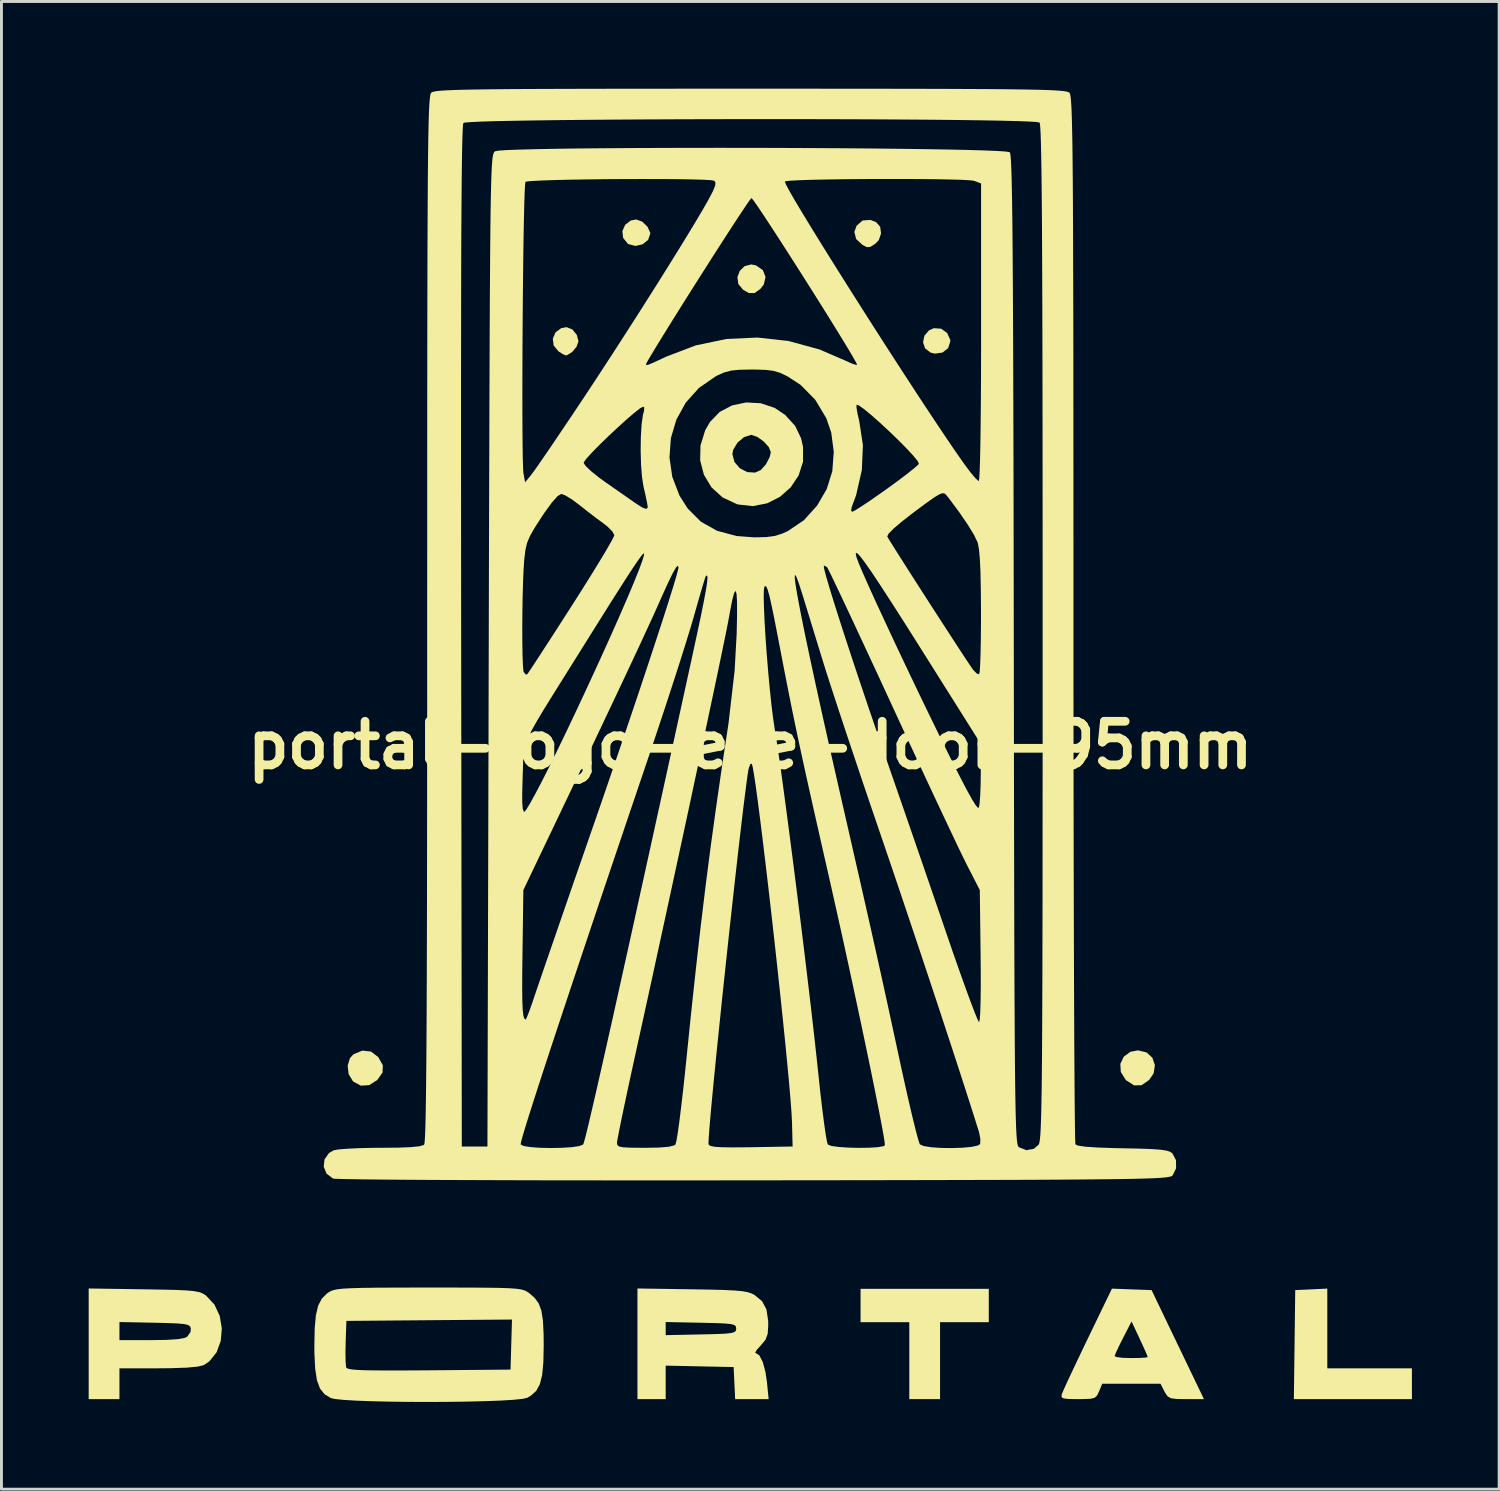
<source format=kicad_pcb>
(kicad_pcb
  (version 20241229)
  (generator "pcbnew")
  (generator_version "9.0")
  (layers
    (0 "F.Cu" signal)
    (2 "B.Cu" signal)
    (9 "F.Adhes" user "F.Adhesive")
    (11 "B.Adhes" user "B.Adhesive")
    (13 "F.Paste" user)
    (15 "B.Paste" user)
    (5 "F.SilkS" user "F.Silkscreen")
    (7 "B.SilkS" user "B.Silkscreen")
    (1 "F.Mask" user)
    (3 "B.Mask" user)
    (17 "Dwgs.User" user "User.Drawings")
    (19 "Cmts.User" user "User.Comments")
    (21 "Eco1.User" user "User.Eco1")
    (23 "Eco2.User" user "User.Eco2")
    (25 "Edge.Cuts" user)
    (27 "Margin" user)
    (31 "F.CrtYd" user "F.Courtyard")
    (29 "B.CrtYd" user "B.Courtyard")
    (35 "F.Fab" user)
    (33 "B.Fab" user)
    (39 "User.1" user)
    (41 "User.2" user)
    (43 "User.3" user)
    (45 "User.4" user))
  (footprint "portal-logo-eye-door-95mm"
    (layer "F.Cu")
    (at 22.754 22.578)
    (property "Reference" "portal-logo-eye-door-95mm" (at 0 0 0) (layer "F.SilkS") (effects (font (size 1.5 1.5) (thickness 0.3))))
    (attr board_only exclude_from_pos_files exclude_from_bom)
    (fp_poly (pts (xy 19.844 20.06) (xy 19.844 21.431) (xy 21.299 21.431) (xy 22.754 21.431) (xy 22.754 21.96) (xy 22.754 22.49) (xy 20.724 22.49) (xy 18.694 22.49) (xy 18.718 20.615) (xy 18.741 18.741) (xy 19.293 18.715) (xy 19.844 18.689)) (stroke (width 0) (type solid)) (fill yes) (layer "F.SilkS"))
    (fp_poly (pts (xy 0.197 -16.501) (xy 0.433 -16.336) (xy 0.525 -16.103) (xy 0.464 -15.844) (xy 0.353 -15.699) (xy 0.149 -15.549) (xy -0.049 -15.55) (xy -0.245 -15.66) (xy -0.411 -15.859) (xy -0.443 -16.092) (xy -0.363 -16.311) (xy -0.197 -16.474) (xy 0.033 -16.534)) (stroke (width 0) (type solid)) (fill yes) (layer "F.SilkS"))
    (fp_poly (pts (xy 6.562 -14.324) (xy 6.769 -14.177) (xy 6.875 -13.946) (xy 6.879 -13.888) (xy 6.804 -13.654) (xy 6.61 -13.504) (xy 6.349 -13.466) (xy 6.203 -13.5) (xy 6.011 -13.646) (xy 5.941 -13.858) (xy 5.988 -14.082) (xy 6.145 -14.266) (xy 6.312 -14.341)) (stroke (width 0) (type solid)) (fill yes) (layer "F.SilkS"))
    (fp_poly (pts (xy -6.119 -14.298) (xy -5.965 -14.108) (xy -5.909 -13.889) (xy -5.973 -13.707) (xy -6.124 -13.525) (xy -6.297 -13.415) (xy -6.35 -13.406) (xy -6.451 -13.451) (xy -6.595 -13.543) (xy -6.763 -13.746) (xy -6.792 -13.981) (xy -6.7 -14.197) (xy -6.502 -14.343) (xy -6.318 -14.376)) (stroke (width 0) (type solid)) (fill yes) (layer "F.SilkS"))
    (fp_poly (pts (xy -3.721 -18.007) (xy -3.538 -17.833) (xy -3.442 -17.627) (xy -3.44 -17.592) (xy -3.516 -17.376) (xy -3.705 -17.226) (xy -3.949 -17.169) (xy -4.188 -17.231) (xy -4.214 -17.247) (xy -4.374 -17.446) (xy -4.399 -17.679) (xy -4.305 -17.896) (xy -4.111 -18.044) (xy -3.923 -18.08)) (stroke (width 0) (type solid)) (fill yes) (layer "F.SilkS"))
    (fp_poly (pts (xy 4.327 -17.989) (xy 4.467 -17.827) (xy 4.497 -17.598) (xy 4.418 -17.369) (xy 4.302 -17.247) (xy 4.132 -17.139) (xy 4.015 -17.127) (xy 3.863 -17.202) (xy 3.86 -17.204) (xy 3.64 -17.407) (xy 3.578 -17.651) (xy 3.656 -17.865) (xy 3.862 -18.045) (xy 4.13 -18.064)) (stroke (width 0) (type solid)) (fill yes) (layer "F.SilkS"))
    (fp_poly (pts (xy 13.629 10.567) (xy 13.829 10.751) (xy 13.915 11.006) (xy 13.872 11.285) (xy 13.718 11.513) (xy 13.457 11.694) (xy 13.2 11.7) (xy 12.935 11.531) (xy 12.907 11.504) (xy 12.742 11.238) (xy 12.726 10.961) (xy 12.841 10.716) (xy 13.068 10.547) (xy 13.334 10.495)) (stroke (width 0) (type solid)) (fill yes) (layer "F.SilkS"))
    (fp_poly (pts (xy -13.044 10.537) (xy -12.796 10.726) (xy -12.795 10.728) (xy -12.638 11.008) (xy -12.649 11.26) (xy -12.828 11.513) (xy -12.828 11.513) (xy -13.105 11.691) (xy -13.394 11.71) (xy -13.657 11.566) (xy -13.67 11.553) (xy -13.815 11.309) (xy -13.847 11.023) (xy -13.768 10.762) (xy -13.651 10.632) (xy -13.342 10.504)) (stroke (width 0) (type solid)) (fill yes) (layer "F.SilkS"))
    (fp_poly (pts (xy 8.202 19.27) (xy 8.202 19.844) (xy 7.364 19.844) (xy 6.526 19.844) (xy 6.526 21.167) (xy 6.526 22.49) (xy 5.997 22.49) (xy 5.468 22.49) (xy 5.468 21.167) (xy 5.468 19.844) (xy 4.63 19.844) (xy 3.792 19.844) (xy 3.792 19.27) (xy 3.792 18.697) (xy 5.997 18.697) (xy 8.202 18.697)) (stroke (width 0) (type solid)) (fill yes) (layer "F.SilkS"))
    (fp_poly (pts (xy 0.358 -11.76) (xy 0.837 -11.601) (xy 1.196 -11.36) (xy 1.542 -10.981) (xy 1.746 -10.556) (xy 1.814 -10.258) (xy 1.813 -9.75) (xy 1.663 -9.279) (xy 1.39 -8.868) (xy 1.019 -8.54) (xy 0.576 -8.317) (xy 0.088 -8.222) (xy -0.419 -8.278) (xy -0.462 -8.29) (xy -0.954 -8.521) (xy -1.335 -8.867) (xy -1.595 -9.3) (xy -1.724 -9.79) (xy -1.72 -10.01) (xy -0.617 -10.01) (xy -0.544 -9.737) (xy -0.357 -9.522) (xy -0.105 -9.392) (xy 0.165 -9.375) (xy 0.36 -9.462) (xy 0.537 -9.659) (xy 0.668 -9.909) (xy 0.706 -10.08) (xy 0.634 -10.255) (xy 0.459 -10.447) (xy 0.241 -10.603) (xy 0.038 -10.671) (xy 0.028 -10.672) (xy -0.215 -10.595) (xy -0.439 -10.406) (xy -0.588 -10.161) (xy -0.617 -10.01) (xy -1.72 -10.01) (xy -1.713 -10.308) (xy -1.553 -10.827) (xy -1.389 -11.114) (xy -1.054 -11.46) (xy -0.625 -11.686) (xy -0.142 -11.787)) (stroke (width 0) (type solid)) (fill yes) (layer "F.SilkS"))
    (fp_poly (pts (xy -20.864 18.713) (xy -20.235 18.724) (xy -19.756 18.735) (xy -19.404 18.751) (xy -19.153 18.773) (xy -18.979 18.804) (xy -18.855 18.845) (xy -18.758 18.901) (xy -18.725 18.924) (xy -18.431 19.235) (xy -18.248 19.626) (xy -18.175 20.057) (xy -18.212 20.489) (xy -18.356 20.881) (xy -18.607 21.194) (xy -18.794 21.32) (xy -18.998 21.371) (xy -19.375 21.407) (xy -19.924 21.426) (xy -20.351 21.43) (xy -21.696 21.431) (xy -21.696 21.96) (xy -21.696 22.49) (xy -22.225 22.49) (xy -22.754 22.49) (xy -22.754 20.587) (xy -22.754 19.839) (xy -21.696 19.839) (xy -21.696 20.15) (xy -21.696 20.461) (xy -20.61 20.461) (xy -20.067 20.453) (xy -19.684 20.427) (xy -19.446 20.383) (xy -19.366 20.345) (xy -19.252 20.182) (xy -19.24 20.058) (xy -19.266 19.99) (xy -19.331 19.942) (xy -19.464 19.909) (xy -19.692 19.888) (xy -20.044 19.874) (xy -20.484 19.863) (xy -21.696 19.839) (xy -22.754 19.839) (xy -22.754 18.685)) (stroke (width 0) (type solid)) (fill yes) (layer "F.SilkS"))
    (fp_poly (pts (xy -2.006 18.713) (xy -1.372 18.724) (xy -0.889 18.737) (xy -0.531 18.755) (xy -0.274 18.779) (xy -0.09 18.812) (xy 0.044 18.856) (xy 0.147 18.91) (xy 0.405 19.123) (xy 0.554 19.402) (xy 0.614 19.79) (xy 0.617 19.943) (xy 0.599 20.243) (xy 0.522 20.45) (xy 0.36 20.644) (xy 0.219 20.801) (xy 0.169 20.893) (xy 0.181 20.902) (xy 0.311 20.985) (xy 0.429 21.215) (xy 0.522 21.562) (xy 0.571 21.894) (xy 0.631 22.49) (xy 0.055 22.49) (xy -0.521 22.49) (xy -0.547 21.938) (xy -0.573 21.387) (xy -1.742 21.363) (xy -2.91 21.338) (xy -2.91 21.914) (xy -2.91 22.49) (xy -3.395 22.49) (xy -3.881 22.49) (xy -3.881 20.587) (xy -3.881 19.839) (xy -2.91 19.839) (xy -2.91 20.064) (xy -2.91 20.29) (xy -1.698 20.265) (xy -1.214 20.254) (xy -0.879 20.24) (xy -0.666 20.219) (xy -0.548 20.187) (xy -0.497 20.138) (xy -0.485 20.069) (xy -0.485 20.064) (xy -0.495 19.994) (xy -0.543 19.944) (xy -0.657 19.911) (xy -0.864 19.889) (xy -1.191 19.875) (xy -1.665 19.864) (xy -1.698 19.863) (xy -2.91 19.839) (xy -3.881 19.839) (xy -3.881 18.685)) (stroke (width 0) (type solid)) (fill yes) (layer "F.SilkS"))
    (fp_poly (pts (xy 13.119 18.716) (xy 13.802 18.741) (xy 13.949 19.05) (xy 14.033 19.225) (xy 14.179 19.529) (xy 14.371 19.93) (xy 14.596 20.398) (xy 14.839 20.902) (xy 14.849 20.924) (xy 15.602 22.49) (xy 14.991 22.49) (xy 14.667 22.485) (xy 14.472 22.461) (xy 14.358 22.4) (xy 14.276 22.286) (xy 14.243 22.225) (xy 14.107 21.96) (xy 13.105 21.96) (xy 12.104 21.96) (xy 11.994 22.225) (xy 11.928 22.364) (xy 11.843 22.443) (xy 11.694 22.479) (xy 11.434 22.489) (xy 11.272 22.49) (xy 10.952 22.486) (xy 10.775 22.467) (xy 10.704 22.423) (xy 10.707 22.342) (xy 10.714 22.317) (xy 10.768 22.189) (xy 10.886 21.928) (xy 11.058 21.56) (xy 11.27 21.111) (xy 11.318 21.012) (xy 12.528 21.012) (xy 12.606 21.046) (xy 12.815 21.07) (xy 13.097 21.078) (xy 13.389 21.074) (xy 13.595 21.061) (xy 13.67 21.044) (xy 13.635 20.954) (xy 13.544 20.746) (xy 13.414 20.463) (xy 13.391 20.414) (xy 13.112 19.818) (xy 12.822 20.382) (xy 12.679 20.668) (xy 12.574 20.892) (xy 12.528 21.009) (xy 12.528 21.012) (xy 11.318 21.012) (xy 11.511 20.608) (xy 11.603 20.417) (xy 12.437 18.69)) (stroke (width 0) (type solid)) (fill yes) (layer "F.SilkS"))
    (fp_poly (pts (xy -10.221 18.653) (xy -9.543 18.655) (xy -9.006 18.659) (xy -8.589 18.666) (xy -8.276 18.677) (xy -8.048 18.694) (xy -7.887 18.717) (xy -7.774 18.747) (xy -7.692 18.785) (xy -7.621 18.832) (xy -7.613 18.837) (xy -7.416 19.008) (xy -7.276 19.201) (xy -7.185 19.449) (xy -7.132 19.787) (xy -7.109 20.245) (xy -7.105 20.637) (xy -7.117 21.221) (xy -7.158 21.658) (xy -7.237 21.976) (xy -7.361 22.204) (xy -7.542 22.368) (xy -7.67 22.444) (xy -7.832 22.481) (xy -8.145 22.513) (xy -8.583 22.54) (xy -9.122 22.56) (xy -9.735 22.575) (xy -10.398 22.584) (xy -11.085 22.587) (xy -11.771 22.585) (xy -12.43 22.576) (xy -13.038 22.562) (xy -13.568 22.542) (xy -13.995 22.516) (xy -14.294 22.484) (xy -14.427 22.453) (xy -14.642 22.321) (xy -14.799 22.126) (xy -14.904 21.841) (xy -14.965 21.443) (xy -14.991 20.905) (xy -14.991 20.898) (xy -13.923 20.898) (xy -13.918 21.192) (xy -13.903 21.376) (xy -13.897 21.403) (xy -13.855 21.437) (xy -13.748 21.463) (xy -13.559 21.483) (xy -13.272 21.496) (xy -12.869 21.503) (xy -12.336 21.505) (xy -11.655 21.503) (xy -11.049 21.499) (xy -8.246 21.475) (xy -8.221 20.614) (xy -8.196 19.753) (xy -11.043 19.776) (xy -13.891 19.8) (xy -13.916 20.542) (xy -13.923 20.898) (xy -14.991 20.898) (xy -14.993 20.643) (xy -14.981 20.05) (xy -14.94 19.604) (xy -14.862 19.276) (xy -14.739 19.038) (xy -14.565 18.862) (xy -14.497 18.814) (xy -14.421 18.772) (xy -14.325 18.738) (xy -14.189 18.711) (xy -13.996 18.69) (xy -13.728 18.675) (xy -13.365 18.665) (xy -12.891 18.658) (xy -12.287 18.655) (xy -11.534 18.653) (xy -11.057 18.653)) (stroke (width 0) (type solid)) (fill yes) (layer "F.SilkS"))
    (fp_poly (pts (xy 1.619 -22.578) (xy 3.07 -22.577) (xy 4.364 -22.576) (xy 5.508 -22.574) (xy 6.513 -22.572) (xy 7.386 -22.568) (xy 8.138 -22.564) (xy 8.778 -22.559) (xy 9.314 -22.552) (xy 9.755 -22.544) (xy 10.112 -22.535) (xy 10.392 -22.524) (xy 10.605 -22.511) (xy 10.761 -22.497) (xy 10.868 -22.481) (xy 10.935 -22.462) (xy 10.971 -22.442) (xy 10.974 -22.439) (xy 10.99 -22.411) (xy 11.005 -22.356) (xy 11.019 -22.267) (xy 11.031 -22.136) (xy 11.043 -21.957) (xy 11.053 -21.723) (xy 11.062 -21.427) (xy 11.07 -21.061) (xy 11.078 -20.619) (xy 11.084 -20.093) (xy 11.09 -19.477) (xy 11.095 -18.763) (xy 11.099 -17.944) (xy 11.102 -17.014) (xy 11.105 -15.965) (xy 11.108 -14.79) (xy 11.11 -13.482) (xy 11.111 -12.034) (xy 11.112 -10.439) (xy 11.113 -8.69) (xy 11.114 -6.78) (xy 11.114 -4.702) (xy 11.114 -4.337) (xy 11.114 -2.569) (xy 11.115 -0.848) (xy 11.117 0.819) (xy 11.119 2.422) (xy 11.122 3.954) (xy 11.125 5.406) (xy 11.129 6.77) (xy 11.133 8.037) (xy 11.138 9.199) (xy 11.142 10.248) (xy 11.148 11.175) (xy 11.153 11.973) (xy 11.159 12.632) (xy 11.165 13.144) (xy 11.171 13.502) (xy 11.178 13.696) (xy 11.182 13.73) (xy 11.284 13.775) (xy 11.535 13.81) (xy 11.943 13.837) (xy 12.515 13.857) (xy 12.809 13.863) (xy 13.387 13.875) (xy 13.814 13.891) (xy 14.115 13.913) (xy 14.316 13.944) (xy 14.442 13.985) (xy 14.516 14.037) (xy 14.64 14.272) (xy 14.644 14.551) (xy 14.527 14.791) (xy 14.516 14.802) (xy 14.487 14.822) (xy 14.436 14.839) (xy 14.355 14.855) (xy 14.236 14.869) (xy 14.07 14.882) (xy 13.85 14.894) (xy 13.567 14.904) (xy 13.214 14.913) (xy 12.782 14.921) (xy 12.265 14.928) (xy 11.653 14.934) (xy 10.938 14.94) (xy 10.113 14.945) (xy 9.17 14.949) (xy 8.1 14.952) (xy 6.896 14.955) (xy 5.549 14.958) (xy 4.052 14.961) (xy 2.396 14.963) (xy 0.574 14.965) (xy 0.107 14.966) (xy -1.551 14.967) (xy -3.146 14.968) (xy -4.67 14.967) (xy -6.115 14.966) (xy -7.471 14.964) (xy -8.732 14.96) (xy -9.887 14.956) (xy -10.928 14.952) (xy -11.848 14.946) (xy -12.637 14.94) (xy -13.288 14.933) (xy -13.791 14.925) (xy -14.139 14.917) (xy -14.322 14.909) (xy -14.348 14.905) (xy -14.573 14.736) (xy -14.671 14.498) (xy -14.643 14.245) (xy -14.491 14.028) (xy -14.327 13.933) (xy -14.162 13.903) (xy -13.857 13.878) (xy -13.449 13.859) (xy -12.975 13.848) (xy -12.712 13.847) (xy -12.102 13.841) (xy -11.657 13.823) (xy -11.369 13.792) (xy -11.227 13.748) (xy -11.218 13.741) (xy -11.205 13.69) (xy -11.193 13.559) (xy -11.182 13.344) (xy -11.172 13.038) (xy -11.163 12.636) (xy -11.155 12.133) (xy -11.148 11.522) (xy -11.141 10.797) (xy -11.135 9.954) (xy -11.13 8.987) (xy -11.126 7.889) (xy -11.122 6.656) (xy -11.119 5.281) (xy -11.117 3.76) (xy -11.115 2.085) (xy -11.114 0.252) (xy -11.113 -1.745) (xy -11.113 -3.911) (xy -11.113 -4.333) (xy -11.112 -6.44) (xy -11.112 -8.378) (xy -11.112 -10.153) (xy -11.111 -11.156) (xy -9.949 -11.156) (xy -9.949 -9.384) (xy -9.948 -7.449) (xy -9.946 -5.345) (xy -9.944 -3.739) (xy -9.922 13.802) (xy -9.481 13.802) (xy -9.04 13.802) (xy -9.04 13.73) (xy -7.899 13.73) (xy -7.899 13.732) (xy -7.795 13.785) (xy -7.558 13.823) (xy -7.231 13.846) (xy -6.858 13.854) (xy -6.48 13.847) (xy -6.141 13.825) (xy -5.883 13.788) (xy -5.75 13.735) (xy -5.748 13.733) (xy -5.728 13.677) (xy -4.586 13.677) (xy -4.573 13.751) (xy -4.515 13.8) (xy -4.38 13.829) (xy -4.138 13.842) (xy -3.758 13.846) (xy -3.627 13.847) (xy -3.13 13.838) (xy -2.796 13.81) (xy -2.612 13.762) (xy -2.575 13.735) (xy -2.566 13.703) (xy -1.438 13.703) (xy -1.435 13.734) (xy -1.38 13.779) (xy -1.241 13.81) (xy -0.995 13.827) (xy -0.622 13.833) (xy -0.099 13.829) (xy 0.032 13.827) (xy 1.455 13.802) (xy 1.434 12.965) (xy 1.418 12.656) (xy 1.385 12.212) (xy 1.337 11.649) (xy 1.275 10.985) (xy 1.202 10.237) (xy 1.119 9.423) (xy 1.028 8.558) (xy 0.932 7.662) (xy 0.832 6.751) (xy 0.73 5.843) (xy 0.628 4.954) (xy 0.528 4.103) (xy 0.432 3.306) (xy 0.342 2.581) (xy 0.26 1.945) (xy 0.188 1.415) (xy 0.127 1.009) (xy 0.081 0.744) (xy 0.049 0.637) (xy -0.013 0.662) (xy -0.039 0.715) (xy -0.068 0.858) (xy -0.112 1.155) (xy -0.169 1.592) (xy -0.239 2.149) (xy -0.318 2.811) (xy -0.405 3.56) (xy -0.498 4.38) (xy -0.595 5.252) (xy -0.695 6.162) (xy -0.796 7.09) (xy -0.895 8.021) (xy -0.992 8.937) (xy -1.083 9.822) (xy -1.169 10.658) (xy -1.245 11.429) (xy -1.312 12.117) (xy -1.366 12.705) (xy -1.406 13.177) (xy -1.431 13.516) (xy -1.438 13.703) (xy -2.566 13.703) (xy -2.543 13.622) (xy -2.498 13.356) (xy -2.442 12.959) (xy -2.379 12.453) (xy -2.31 11.86) (xy -2.239 11.203) (xy -2.207 10.891) (xy -2.036 9.219) (xy -1.871 7.687) (xy -1.709 6.259) (xy -1.545 4.9) (xy -1.374 3.573) (xy -1.191 2.242) (xy -0.994 0.871) (xy -0.776 -0.574) (xy -0.749 -0.75) (xy -0.539 -2.564) (xy -0.469 -3.836) (xy -0.455 -4.467) (xy -0.456 -4.922) (xy -0.465 -5.08) (xy 0.461 -5.08) (xy 0.471 -4.696) (xy 0.493 -4.219) (xy 0.526 -3.675) (xy 0.568 -3.091) (xy 0.618 -2.495) (xy 0.672 -1.913) (xy 0.729 -1.373) (xy 0.788 -0.902) (xy 0.837 -0.573) (xy 0.908 -0.13) (xy 0.996 0.466) (xy 1.098 1.193) (xy 1.211 2.029) (xy 1.333 2.951) (xy 1.461 3.937) (xy 1.592 4.966) (xy 1.723 6.014) (xy 1.852 7.06) (xy 1.975 8.082) (xy 2.09 9.057) (xy 2.194 9.963) (xy 2.284 10.778) (xy 2.343 11.333) (xy 2.409 11.954) (xy 2.476 12.52) (xy 2.538 13.005) (xy 2.593 13.387) (xy 2.638 13.639) (xy 2.667 13.736) (xy 2.788 13.783) (xy 3.035 13.817) (xy 3.364 13.84) (xy 3.729 13.849) (xy 4.083 13.844) (xy 4.381 13.826) (xy 4.577 13.792) (xy 4.627 13.764) (xy 4.621 13.66) (xy 4.58 13.401) (xy 4.507 13.002) (xy 4.406 12.479) (xy 4.281 11.849) (xy 4.134 11.129) (xy 3.969 10.333) (xy 3.789 9.48) (xy 3.598 8.584) (xy 3.4 7.662) (xy 3.197 6.731) (xy 2.992 5.806) (xy 2.79 4.904) (xy 2.678 4.41) (xy 2.422 3.283) (xy 2.201 2.303) (xy 2.009 1.447) (xy 1.842 0.689) (xy 1.694 0.007) (xy 1.56 -0.625) (xy 1.435 -1.231) (xy 1.314 -1.835) (xy 1.191 -2.461) (xy 1.061 -3.134) (xy 1.056 -3.162) (xy 0.919 -3.873) (xy 0.81 -4.428) (xy 0.723 -4.844) (xy 0.656 -5.14) (xy 0.603 -5.331) (xy 0.561 -5.436) (xy 0.524 -5.472) (xy 0.489 -5.457) (xy 0.488 -5.456) (xy 0.466 -5.342) (xy 0.461 -5.08) (xy -0.465 -5.08) (xy -0.473 -5.202) (xy -0.506 -5.307) (xy -0.554 -5.239) (xy -0.62 -4.997) (xy -0.701 -4.582) (xy -0.731 -4.41) (xy -0.776 -4.172) (xy -0.855 -3.776) (xy -0.966 -3.237) (xy -1.105 -2.569) (xy -1.27 -1.787) (xy -1.457 -0.904) (xy -1.663 0.064) (xy -1.885 1.103) (xy -2.119 2.199) (xy -2.364 3.337) (xy -2.616 4.502) (xy -2.871 5.682) (xy -3.127 6.859) (xy -3.38 8.022) (xy -3.627 9.154) (xy -3.866 10.241) (xy -3.928 10.524) (xy -4.083 11.23) (xy -4.225 11.886) (xy -4.349 12.472) (xy -4.452 12.965) (xy -4.528 13.345) (xy -4.574 13.591) (xy -4.586 13.677) (xy -5.728 13.677) (xy -5.719 13.651) (xy -5.662 13.439) (xy -5.578 13.096) (xy -5.465 12.618) (xy -5.322 12.002) (xy -5.15 11.245) (xy -4.947 10.343) (xy -4.712 9.295) (xy -4.446 8.096) (xy -4.146 6.744) (xy -3.814 5.235) (xy -3.447 3.567) (xy -3.045 1.736) (xy -2.608 -0.26) (xy -2.135 -2.425) (xy -2.021 -2.945) (xy -1.842 -3.773) (xy -1.7 -4.441) (xy -1.595 -4.963) (xy -1.523 -5.351) (xy -1.483 -5.618) (xy -1.472 -5.769) (xy 1.527 -5.769) (xy 1.557 -5.519) (xy 1.625 -5.114) (xy 1.73 -4.558) (xy 1.872 -3.854) (xy 2.05 -3.007) (xy 2.263 -2.019) (xy 2.511 -0.893) (xy 2.793 0.366) (xy 3.109 1.756) (xy 3.131 1.852) (xy 3.395 3.006) (xy 3.624 4.012) (xy 3.825 4.893) (xy 4.002 5.675) (xy 4.161 6.381) (xy 4.307 7.034) (xy 4.446 7.659) (xy 4.583 8.28) (xy 4.723 8.921) (xy 4.871 9.605) (xy 5.034 10.357) (xy 5.166 10.972) (xy 5.311 11.634) (xy 5.449 12.243) (xy 5.574 12.777) (xy 5.681 13.213) (xy 5.765 13.529) (xy 5.82 13.704) (xy 5.833 13.729) (xy 5.966 13.787) (xy 6.223 13.828) (xy 6.56 13.851) (xy 6.933 13.856) (xy 7.298 13.844) (xy 7.611 13.815) (xy 7.828 13.768) (xy 7.904 13.718) (xy 7.913 13.55) (xy 7.869 13.316) (xy 7.864 13.299) (xy 7.678 12.709) (xy 7.443 11.975) (xy 7.167 11.122) (xy 6.857 10.174) (xy 6.521 9.153) (xy 6.167 8.084) (xy 5.803 6.991) (xy 5.436 5.896) (xy 5.076 4.825) (xy 4.728 3.799) (xy 4.455 2.999) (xy 4.152 2.112) (xy 3.85 1.221) (xy 3.558 0.351) (xy 3.282 -0.473) (xy 3.033 -1.226) (xy 2.817 -1.885) (xy 2.643 -2.423) (xy 2.531 -2.778) (xy 2.356 -3.348) (xy 2.179 -3.923) (xy 2.015 -4.459) (xy 1.877 -4.907) (xy 1.8 -5.159) (xy 1.671 -5.561) (xy 1.584 -5.794) (xy 1.536 -5.862) (xy 1.527 -5.769) (xy -1.472 -5.769) (xy -1.472 -5.776) (xy -1.488 -5.838) (xy -1.529 -5.816) (xy -1.531 -5.813) (xy -1.565 -5.72) (xy -1.636 -5.487) (xy -1.738 -5.142) (xy -1.86 -4.715) (xy -1.946 -4.41) (xy -2.062 -4.017) (xy -2.226 -3.484) (xy -2.429 -2.84) (xy -2.664 -2.112) (xy -2.92 -1.328) (xy -3.19 -0.515) (xy -3.463 0.3) (xy -3.511 0.441) (xy -4.138 2.292) (xy -4.721 4.017) (xy -5.259 5.613) (xy -5.75 7.077) (xy -6.194 8.405) (xy -6.589 9.593) (xy -6.935 10.639) (xy -7.229 11.539) (xy -7.472 12.29) (xy -7.661 12.888) (xy -7.796 13.329) (xy -7.876 13.611) (xy -7.899 13.73) (xy -9.04 13.73) (xy -9.026 8.374) (xy -7.845 8.374) (xy -7.84 8.799) (xy -7.827 9.1) (xy -7.805 9.295) (xy -7.774 9.401) (xy -7.732 9.437) (xy -7.727 9.437) (xy -7.684 9.359) (xy -7.602 9.152) (xy -7.496 8.852) (xy -7.448 8.709) (xy -7.374 8.491) (xy -7.249 8.123) (xy -7.078 7.625) (xy -6.867 7.013) (xy -6.623 6.306) (xy -6.352 5.521) (xy -6.06 4.676) (xy -5.752 3.79) (xy -5.539 3.175) (xy -5.168 2.105) (xy -4.804 1.044) (xy -4.45 0.006) (xy -4.111 -0.996) (xy -3.791 -1.947) (xy -3.496 -2.835) (xy -3.229 -3.645) (xy -2.994 -4.365) (xy -2.798 -4.979) (xy -2.643 -5.476) (xy -2.535 -5.84) (xy -2.478 -6.059) (xy -2.469 -6.111) (xy -2.488 -6.168) (xy 2.527 -6.168) (xy 2.539 -6.069) (xy 2.603 -5.82) (xy 2.715 -5.438) (xy 2.868 -4.94) (xy 3.058 -4.341) (xy 3.278 -3.66) (xy 3.524 -2.911) (xy 3.79 -2.113) (xy 4.07 -1.282) (xy 4.36 -0.434) (xy 4.634 0.355) (xy 4.929 1.204) (xy 5.263 2.168) (xy 5.619 3.198) (xy 5.979 4.242) (xy 6.325 5.249) (xy 6.64 6.168) (xy 6.725 6.416) (xy 6.966 7.119) (xy 7.193 7.765) (xy 7.398 8.338) (xy 7.575 8.819) (xy 7.716 9.189) (xy 7.815 9.431) (xy 7.865 9.524) (xy 7.867 9.525) (xy 7.89 9.44) (xy 7.908 9.195) (xy 7.92 8.808) (xy 7.926 8.296) (xy 7.925 7.675) (xy 7.921 7.254) (xy 7.893 4.983) (xy 7.441 4.101) (xy 7.319 3.855) (xy 7.132 3.468) (xy 6.889 2.955) (xy 6.597 2.336) (xy 6.265 1.629) (xy 5.902 0.851) (xy 5.515 0.02) (xy 5.114 -0.846) (xy 4.853 -1.411) (xy 4.462 -2.259) (xy 4.09 -3.06) (xy 3.746 -3.798) (xy 3.437 -4.461) (xy 3.168 -5.033) (xy 2.947 -5.499) (xy 2.78 -5.846) (xy 2.675 -6.059) (xy 2.639 -6.124) (xy 2.546 -6.176) (xy 2.527 -6.168) (xy -2.488 -6.168) (xy -2.49 -6.175) (xy -2.556 -6.11) (xy -2.672 -5.907) (xy -2.84 -5.56) (xy -3.067 -5.058) (xy -3.17 -4.825) (xy -3.313 -4.506) (xy -3.523 -4.049) (xy -3.789 -3.473) (xy -4.104 -2.8) (xy -4.456 -2.05) (xy -4.837 -1.244) (xy -5.236 -0.401) (xy -5.644 0.457) (xy -5.754 0.687) (xy -7.805 4.983) (xy -7.834 7.084) (xy -7.843 7.809) (xy -7.845 8.374) (xy -9.026 8.374) (xy -9.008 1.62) (xy -7.844 1.62) (xy -7.843 1.975) (xy -7.825 2.191) (xy -7.79 2.285) (xy -7.77 2.293) (xy -7.705 2.217) (xy -7.575 2.003) (xy -7.393 1.673) (xy -7.17 1.248) (xy -6.917 0.749) (xy -6.711 0.331) (xy -6.318 -0.482) (xy -5.928 -1.305) (xy -5.547 -2.122) (xy -5.181 -2.917) (xy -4.838 -3.675) (xy -4.525 -4.379) (xy -4.249 -5.013) (xy -4.017 -5.563) (xy -3.836 -6.012) (xy -3.713 -6.344) (xy -3.654 -6.543) (xy -3.654 -6.594) (xy -3.685 -6.582) (xy -3.751 -6.507) (xy -3.858 -6.36) (xy -4.015 -6.129) (xy -4.227 -5.805) (xy -4.502 -5.376) (xy -4.847 -4.832) (xy -5.267 -4.163) (xy -5.771 -3.358) (xy -5.968 -3.043) (xy -6.424 -2.315) (xy -6.796 -1.72) (xy -7.095 -1.238) (xy -7.327 -0.851) (xy -7.503 -0.539) (xy -7.629 -0.285) (xy -7.714 -0.069) (xy -7.768 0.127) (xy -7.797 0.323) (xy -7.812 0.536) (xy -7.819 0.786) (xy -7.829 1.092) (xy -7.829 1.108) (xy -7.844 1.62) (xy -9.008 1.62) (xy -8.996 -3.248) (xy -8.994 -4.033) (xy -7.842 -4.033) (xy -7.84 -3.534) (xy -7.833 -3.099) (xy -7.821 -2.762) (xy -7.803 -2.555) (xy -7.793 -2.515) (xy -7.717 -2.426) (xy -7.67 -2.441) (xy -7.607 -2.531) (xy -7.461 -2.751) (xy -7.245 -3.082) (xy -6.97 -3.505) (xy -6.649 -4.002) (xy -6.294 -4.555) (xy -6.138 -4.798) (xy -5.774 -5.37) (xy -5.443 -5.899) (xy -5.157 -6.366) (xy -5.015 -6.603) (xy 3.626 -6.603) (xy 3.644 -6.493) (xy 3.66 -6.439) (xy 3.737 -6.237) (xy 3.882 -5.896) (xy 4.087 -5.436) (xy 4.342 -4.875) (xy 4.639 -4.234) (xy 4.967 -3.531) (xy 5.319 -2.787) (xy 5.684 -2.02) (xy 6.055 -1.25) (xy 6.422 -0.496) (xy 6.506 -0.324) (xy 6.882 0.436) (xy 7.188 1.044) (xy 7.431 1.511) (xy 7.615 1.845) (xy 7.745 2.055) (xy 7.826 2.151) (xy 7.862 2.146) (xy 7.887 1.996) (xy 7.908 1.712) (xy 7.922 1.337) (xy 7.926 0.97) (xy 7.928 -0.044) (xy 5.877 -3.302) (xy 5.323 -4.179) (xy 4.855 -4.911) (xy 4.47 -5.504) (xy 4.163 -5.965) (xy 3.929 -6.299) (xy 3.765 -6.513) (xy 3.665 -6.612) (xy 3.626 -6.603) (xy -5.015 -6.603) (xy -4.928 -6.75) (xy -4.766 -7.033) (xy -4.684 -7.196) (xy -4.676 -7.223) (xy -4.745 -7.351) (xy -4.918 -7.524) (xy -5.051 -7.628) (xy -5.328 -7.832) (xy -5.657 -8.085) (xy -5.886 -8.267) (xy -6.144 -8.459) (xy -6.368 -8.594) (xy -6.503 -8.642) (xy -6.629 -8.565) (xy -6.824 -8.345) (xy -7.078 -7.996) (xy -7.187 -7.833) (xy -7.424 -7.464) (xy -7.58 -7.189) (xy -7.677 -6.958) (xy -7.733 -6.722) (xy -7.769 -6.431) (xy -7.776 -6.358) (xy -7.798 -6.025) (xy -7.816 -5.593) (xy -7.83 -5.095) (xy -7.838 -4.565) (xy -7.842 -4.033) (xy -8.994 -4.033) (xy -8.991 -5.286) (xy -8.986 -7.154) (xy -8.981 -8.861) (xy -8.976 -10.413) (xy -8.972 -11.819) (xy -8.971 -12.071) (xy -7.839 -12.071) (xy -7.838 -11.364) (xy -7.835 -10.731) (xy -7.83 -10.194) (xy -7.822 -9.77) (xy -7.812 -9.479) (xy -7.801 -9.349) (xy -7.745 -9.04) (xy -7.529 -9.305) (xy -7.427 -9.443) (xy -7.241 -9.708) (xy -7.239 -9.712) (xy -5.733 -9.712) (xy -5.664 -9.603) (xy -5.479 -9.426) (xy -5.209 -9.209) (xy -5.005 -9.061) (xy -4.655 -8.816) (xy -4.323 -8.585) (xy -4.06 -8.401) (xy -3.969 -8.337) (xy -3.719 -8.176) (xy -3.58 -8.124) (xy -3.529 -8.172) (xy -3.528 -8.197) (xy -3.547 -8.319) (xy -3.597 -8.561) (xy -3.667 -8.871) (xy -3.67 -8.88) (xy -3.724 -9.217) (xy -3.758 -9.65) (xy -3.764 -9.896) (xy -2.78 -9.896) (xy -2.683 -9.229) (xy -2.436 -8.585) (xy -2.151 -8.137) (xy -1.7 -7.686) (xy -1.138 -7.371) (xy -0.466 -7.193) (xy 0.137 -7.148) (xy 0.544 -7.156) (xy 0.706 -7.178) (xy 4.71 -7.178) (xy 4.766 -7.08) (xy 4.905 -6.857) (xy 5.11 -6.531) (xy 5.369 -6.124) (xy 5.666 -5.66) (xy 5.986 -5.161) (xy 6.316 -4.649) (xy 6.641 -4.147) (xy 6.946 -3.678) (xy 7.216 -3.263) (xy 7.438 -2.925) (xy 7.597 -2.688) (xy 7.666 -2.589) (xy 7.79 -2.462) (xy 7.871 -2.44) (xy 7.89 -2.535) (xy 7.906 -2.783) (xy 7.919 -3.157) (xy 7.928 -3.632) (xy 7.933 -4.185) (xy 7.934 -4.569) (xy 7.928 -5.341) (xy 7.916 -5.951) (xy 7.894 -6.413) (xy 7.864 -6.741) (xy 7.824 -6.951) (xy 7.814 -6.982) (xy 7.691 -7.237) (xy 7.473 -7.593) (xy 7.182 -8.017) (xy 6.841 -8.476) (xy 6.753 -8.589) (xy 6.693 -8.649) (xy 6.621 -8.668) (xy 6.51 -8.632) (xy 6.336 -8.528) (xy 6.075 -8.344) (xy 5.701 -8.068) (xy 5.643 -8.025) (xy 5.231 -7.706) (xy 4.93 -7.451) (xy 4.753 -7.27) (xy 4.71 -7.178) (xy 0.706 -7.178) (xy 0.845 -7.196) (xy 1.109 -7.281) (xy 1.3 -7.369) (xy 1.843 -7.736) (xy 2.13 -8.054) (xy 3.469 -8.054) (xy 3.506 -8.026) (xy 3.604 -8.075) (xy 3.818 -8.209) (xy 4.121 -8.411) (xy 4.484 -8.664) (xy 4.678 -8.801) (xy 5.059 -9.078) (xy 5.387 -9.325) (xy 5.634 -9.523) (xy 5.776 -9.649) (xy 5.799 -9.679) (xy 5.753 -9.777) (xy 5.601 -9.962) (xy 5.369 -10.211) (xy 5.083 -10.5) (xy 4.767 -10.804) (xy 4.449 -11.099) (xy 4.152 -11.361) (xy 3.904 -11.565) (xy 3.728 -11.688) (xy 3.654 -11.709) (xy 3.652 -11.608) (xy 3.69 -11.389) (xy 3.746 -11.151) (xy 3.872 -10.324) (xy 3.836 -9.463) (xy 3.639 -8.598) (xy 3.485 -8.18) (xy 3.469 -8.054) (xy 2.13 -8.054) (xy 2.302 -8.245) (xy 2.629 -8.809) (xy 2.82 -9.421) (xy 2.871 -10.087) (xy 2.784 -10.752) (xy 2.614 -11.245) (xy 2.233 -11.881) (xy 1.731 -12.39) (xy 1.279 -12.685) (xy 1.035 -12.802) (xy 0.805 -12.872) (xy 0.532 -12.907) (xy 0.155 -12.919) (xy 0.044 -12.919) (xy -0.366 -12.912) (xy -0.658 -12.883) (xy -0.893 -12.822) (xy -1.128 -12.717) (xy -1.191 -12.685) (xy -1.767 -12.286) (xy -2.219 -11.782) (xy -2.542 -11.198) (xy -2.731 -10.561) (xy -2.78 -9.896) (xy -3.764 -9.896) (xy -3.771 -10.13) (xy -3.764 -10.608) (xy -3.738 -11.036) (xy -3.692 -11.364) (xy -3.657 -11.487) (xy -3.646 -11.614) (xy -3.686 -11.642) (xy -3.794 -11.583) (xy -3.996 -11.425) (xy -4.265 -11.193) (xy -4.573 -10.914) (xy -4.893 -10.614) (xy -5.196 -10.319) (xy -5.455 -10.055) (xy -5.642 -9.848) (xy -5.729 -9.725) (xy -5.733 -9.712) (xy -7.239 -9.712) (xy -6.986 -10.079) (xy -6.676 -10.536) (xy -6.324 -11.058) (xy -5.944 -11.625) (xy -5.786 -11.862) (xy -5.293 -12.608) (xy -4.963 -13.115) (xy -3.583 -13.115) (xy -3.581 -13.072) (xy -3.505 -13.085) (xy -3.327 -13.159) (xy -3.023 -13.301) (xy -2.898 -13.36) (xy -1.874 -13.75) (xy -0.821 -13.97) (xy 0.249 -14.019) (xy 1.32 -13.899) (xy 2.379 -13.61) (xy 3.276 -13.223) (xy 3.497 -13.122) (xy 3.645 -13.077) (xy 3.673 -13.081) (xy 3.638 -13.162) (xy 3.52 -13.372) (xy 3.33 -13.691) (xy 3.081 -14.098) (xy 2.787 -14.575) (xy 2.459 -15.101) (xy 2.109 -15.657) (xy 1.751 -16.223) (xy 1.396 -16.779) (xy 1.057 -17.307) (xy 0.747 -17.785) (xy 0.478 -18.195) (xy 0.263 -18.517) (xy 0.113 -18.731) (xy 0.042 -18.817) (xy 0.04 -18.818) (xy -0.018 -18.748) (xy -0.156 -18.548) (xy -0.363 -18.238) (xy -0.626 -17.836) (xy -0.932 -17.363) (xy -1.269 -16.839) (xy -1.624 -16.281) (xy -1.986 -15.711) (xy -2.341 -15.148) (xy -2.677 -14.611) (xy -2.982 -14.12) (xy -3.243 -13.695) (xy -3.448 -13.355) (xy -3.534 -13.207) (xy -3.583 -13.115) (xy -4.963 -13.115) (xy -4.775 -13.402) (xy -4.247 -14.22) (xy -3.722 -15.041) (xy -3.214 -15.843) (xy -2.738 -16.604) (xy -2.306 -17.302) (xy -1.933 -17.914) (xy -1.633 -18.419) (xy -1.457 -18.728) (xy -1.289 -19.044) (xy -1.207 -19.244) (xy -1.2 -19.359) (xy -1.223 -19.387) (xy 1.19 -19.387) (xy 1.219 -19.299) (xy 1.336 -19.077) (xy 1.531 -18.737) (xy 1.796 -18.294) (xy 2.119 -17.763) (xy 2.494 -17.157) (xy 2.909 -16.492) (xy 3.356 -15.782) (xy 3.825 -15.042) (xy 4.307 -14.286) (xy 4.793 -13.53) (xy 5.274 -12.788) (xy 5.739 -12.074) (xy 6.181 -11.404) (xy 6.589 -10.791) (xy 6.954 -10.251) (xy 7.268 -9.799) (xy 7.371 -9.652) (xy 7.571 -9.385) (xy 7.739 -9.186) (xy 7.844 -9.088) (xy 7.857 -9.084) (xy 7.873 -9.17) (xy 7.888 -9.421) (xy 7.901 -9.826) (xy 7.913 -10.371) (xy 7.922 -11.047) (xy 7.93 -11.841) (xy 7.935 -12.742) (xy 7.937 -13.739) (xy 7.937 -14.201) (xy 7.937 -19.319) (xy 7.703 -19.408) (xy 7.567 -19.427) (xy 7.283 -19.443) (xy 6.876 -19.455) (xy 6.37 -19.464) (xy 5.79 -19.47) (xy 5.159 -19.473) (xy 4.502 -19.473) (xy 3.843 -19.47) (xy 3.206 -19.464) (xy 2.616 -19.455) (xy 2.097 -19.444) (xy 1.673 -19.43) (xy 1.369 -19.413) (xy 1.208 -19.395) (xy 1.19 -19.387) (xy -1.223 -19.387) (xy -1.244 -19.413) (xy -1.359 -19.432) (xy -1.625 -19.447) (xy -2.017 -19.458) (xy -2.511 -19.466) (xy -3.083 -19.47) (xy -3.708 -19.471) (xy -4.361 -19.47) (xy -5.02 -19.465) (xy -5.659 -19.457) (xy -6.253 -19.447) (xy -6.78 -19.434) (xy -7.213 -19.419) (xy -7.53 -19.402) (xy -7.706 -19.383) (xy -7.732 -19.373) (xy -7.746 -19.274) (xy -7.76 -19.017) (xy -7.773 -18.623) (xy -7.785 -18.111) (xy -7.797 -17.499) (xy -7.807 -16.808) (xy -7.816 -16.056) (xy -7.824 -15.264) (xy -7.83 -14.45) (xy -7.835 -13.633) (xy -7.838 -12.834) (xy -7.839 -12.071) (xy -8.971 -12.071) (xy -8.967 -13.085) (xy -8.963 -14.219) (xy -8.958 -15.228) (xy -8.952 -16.12) (xy -8.947 -16.902) (xy -8.941 -17.581) (xy -8.934 -18.165) (xy -8.927 -18.661) (xy -8.918 -19.077) (xy -8.909 -19.419) (xy -8.899 -19.696) (xy -8.888 -19.914) (xy -8.876 -20.082) (xy -8.863 -20.206) (xy -8.848 -20.293) (xy -8.831 -20.352) (xy -8.814 -20.39) (xy -8.794 -20.413) (xy -8.779 -20.425) (xy -8.663 -20.447) (xy -8.386 -20.466) (xy -7.962 -20.482) (xy -7.407 -20.497) (xy -6.734 -20.51) (xy -5.959 -20.521) (xy -5.095 -20.529) (xy -4.158 -20.536) (xy -3.162 -20.54) (xy -2.122 -20.543) (xy -1.051 -20.544) (xy 0.034 -20.543) (xy 1.119 -20.54) (xy 2.191 -20.535) (xy 3.234 -20.529) (xy 4.234 -20.52) (xy 5.176 -20.51) (xy 6.045 -20.498) (xy 6.827 -20.485) (xy 7.508 -20.47) (xy 8.072 -20.453) (xy 8.506 -20.435) (xy 8.794 -20.415) (xy 8.921 -20.393) (xy 8.925 -20.391) (xy 8.939 -20.349) (xy 8.953 -20.248) (xy 8.965 -20.083) (xy 8.976 -19.846) (xy 8.986 -19.531) (xy 8.995 -19.131) (xy 9.004 -18.639) (xy 9.012 -18.05) (xy 9.019 -17.356) (xy 9.025 -16.552) (xy 9.031 -15.63) (xy 9.036 -14.583) (xy 9.041 -13.407) (xy 9.045 -12.092) (xy 9.049 -10.635) (xy 9.053 -9.027) (xy 9.056 -7.262) (xy 9.059 -5.333) (xy 9.062 -3.281) (xy 9.065 -1.241) (xy 9.067 0.63) (xy 9.07 2.339) (xy 9.073 3.893) (xy 9.076 5.301) (xy 9.079 6.568) (xy 9.083 7.703) (xy 9.087 8.714) (xy 9.092 9.606) (xy 9.097 10.388) (xy 9.102 11.066) (xy 9.109 11.649) (xy 9.116 12.144) (xy 9.124 12.557) (xy 9.133 12.896) (xy 9.143 13.169) (xy 9.154 13.383) (xy 9.166 13.544) (xy 9.179 13.662) (xy 9.194 13.741) (xy 9.21 13.791) (xy 9.227 13.819) (xy 9.233 13.824) (xy 9.494 13.928) (xy 9.751 13.882) (xy 9.917 13.739) (xy 9.933 13.703) (xy 9.948 13.639) (xy 9.962 13.539) (xy 9.975 13.397) (xy 9.986 13.206) (xy 9.996 12.957) (xy 10.005 12.645) (xy 10.013 12.261) (xy 10.021 11.8) (xy 10.027 11.252) (xy 10.033 10.612) (xy 10.037 9.872) (xy 10.041 9.026) (xy 10.045 8.065) (xy 10.047 6.982) (xy 10.05 5.771) (xy 10.051 4.425) (xy 10.052 2.935) (xy 10.053 1.296) (xy 10.054 -0.501) (xy 10.054 -2.462) (xy 10.054 -3.883) (xy 10.054 -6.047) (xy 10.053 -8.04) (xy 10.052 -9.869) (xy 10.05 -11.539) (xy 10.048 -13.055) (xy 10.045 -14.423) (xy 10.041 -15.65) (xy 10.037 -16.74) (xy 10.032 -17.7) (xy 10.026 -18.535) (xy 10.019 -19.251) (xy 10.012 -19.854) (xy 10.003 -20.349) (xy 9.994 -20.743) (xy 9.984 -21.041) (xy 9.972 -21.248) (xy 9.96 -21.371) (xy 9.948 -21.414) (xy 9.843 -21.432) (xy 9.576 -21.449) (xy 9.159 -21.464) (xy 8.608 -21.478) (xy 7.936 -21.49) (xy 7.156 -21.501) (xy 6.283 -21.51) (xy 5.329 -21.517) (xy 4.309 -21.523) (xy 3.237 -21.527) (xy 2.126 -21.53) (xy 0.989 -21.531) (xy -0.158 -21.531) (xy -1.304 -21.529) (xy -2.433 -21.526) (xy -3.532 -21.521) (xy -4.588 -21.515) (xy -5.586 -21.507) (xy -6.514 -21.498) (xy -7.356 -21.487) (xy -8.1 -21.475) (xy -8.732 -21.462) (xy -9.238 -21.447) (xy -9.604 -21.43) (xy -9.817 -21.413) (xy -9.867 -21.4) (xy -9.88 -21.334) (xy -9.891 -21.165) (xy -9.901 -20.888) (xy -9.911 -20.498) (xy -9.919 -19.991) (xy -9.926 -19.362) (xy -9.932 -18.607) (xy -9.938 -17.72) (xy -9.942 -16.698) (xy -9.945 -15.535) (xy -9.947 -14.226) (xy -9.949 -12.768) (xy -9.949 -11.156) (xy -11.111 -11.156) (xy -11.111 -11.774) (xy -11.109 -13.246) (xy -11.108 -14.577) (xy -11.105 -15.774) (xy -11.103 -16.844) (xy -11.099 -17.794) (xy -11.095 -18.631) (xy -11.091 -19.362) (xy -11.085 -19.995) (xy -11.079 -20.535) (xy -11.072 -20.991) (xy -11.064 -21.369) (xy -11.055 -21.677) (xy -11.044 -21.921) (xy -11.033 -22.109) (xy -11.021 -22.247) (xy -11.008 -22.343) (xy -10.993 -22.404) (xy -10.977 -22.436) (xy -10.974 -22.439) (xy -10.94 -22.46) (xy -10.877 -22.478) (xy -10.776 -22.495) (xy -10.627 -22.51) (xy -10.421 -22.522) (xy -10.149 -22.534) (xy -9.802 -22.543) (xy -9.371 -22.551) (xy -8.847 -22.558) (xy -8.221 -22.564) (xy -7.483 -22.568) (xy -6.624 -22.571) (xy -5.636 -22.574) (xy -4.508 -22.576) (xy -3.233 -22.577) (xy -1.801 -22.578) (xy -0.203 -22.578) (xy -0.000001 -22.578)) (stroke (width 0) (type solid)) (fill yes) (layer "F.SilkS")))
  (gr_rect
    (start -3 -3)
    (end 48.508 48.165)
    (stroke (width 0.1) (type default))
    (fill no)
    (layer "Edge.Cuts")))
</source>
